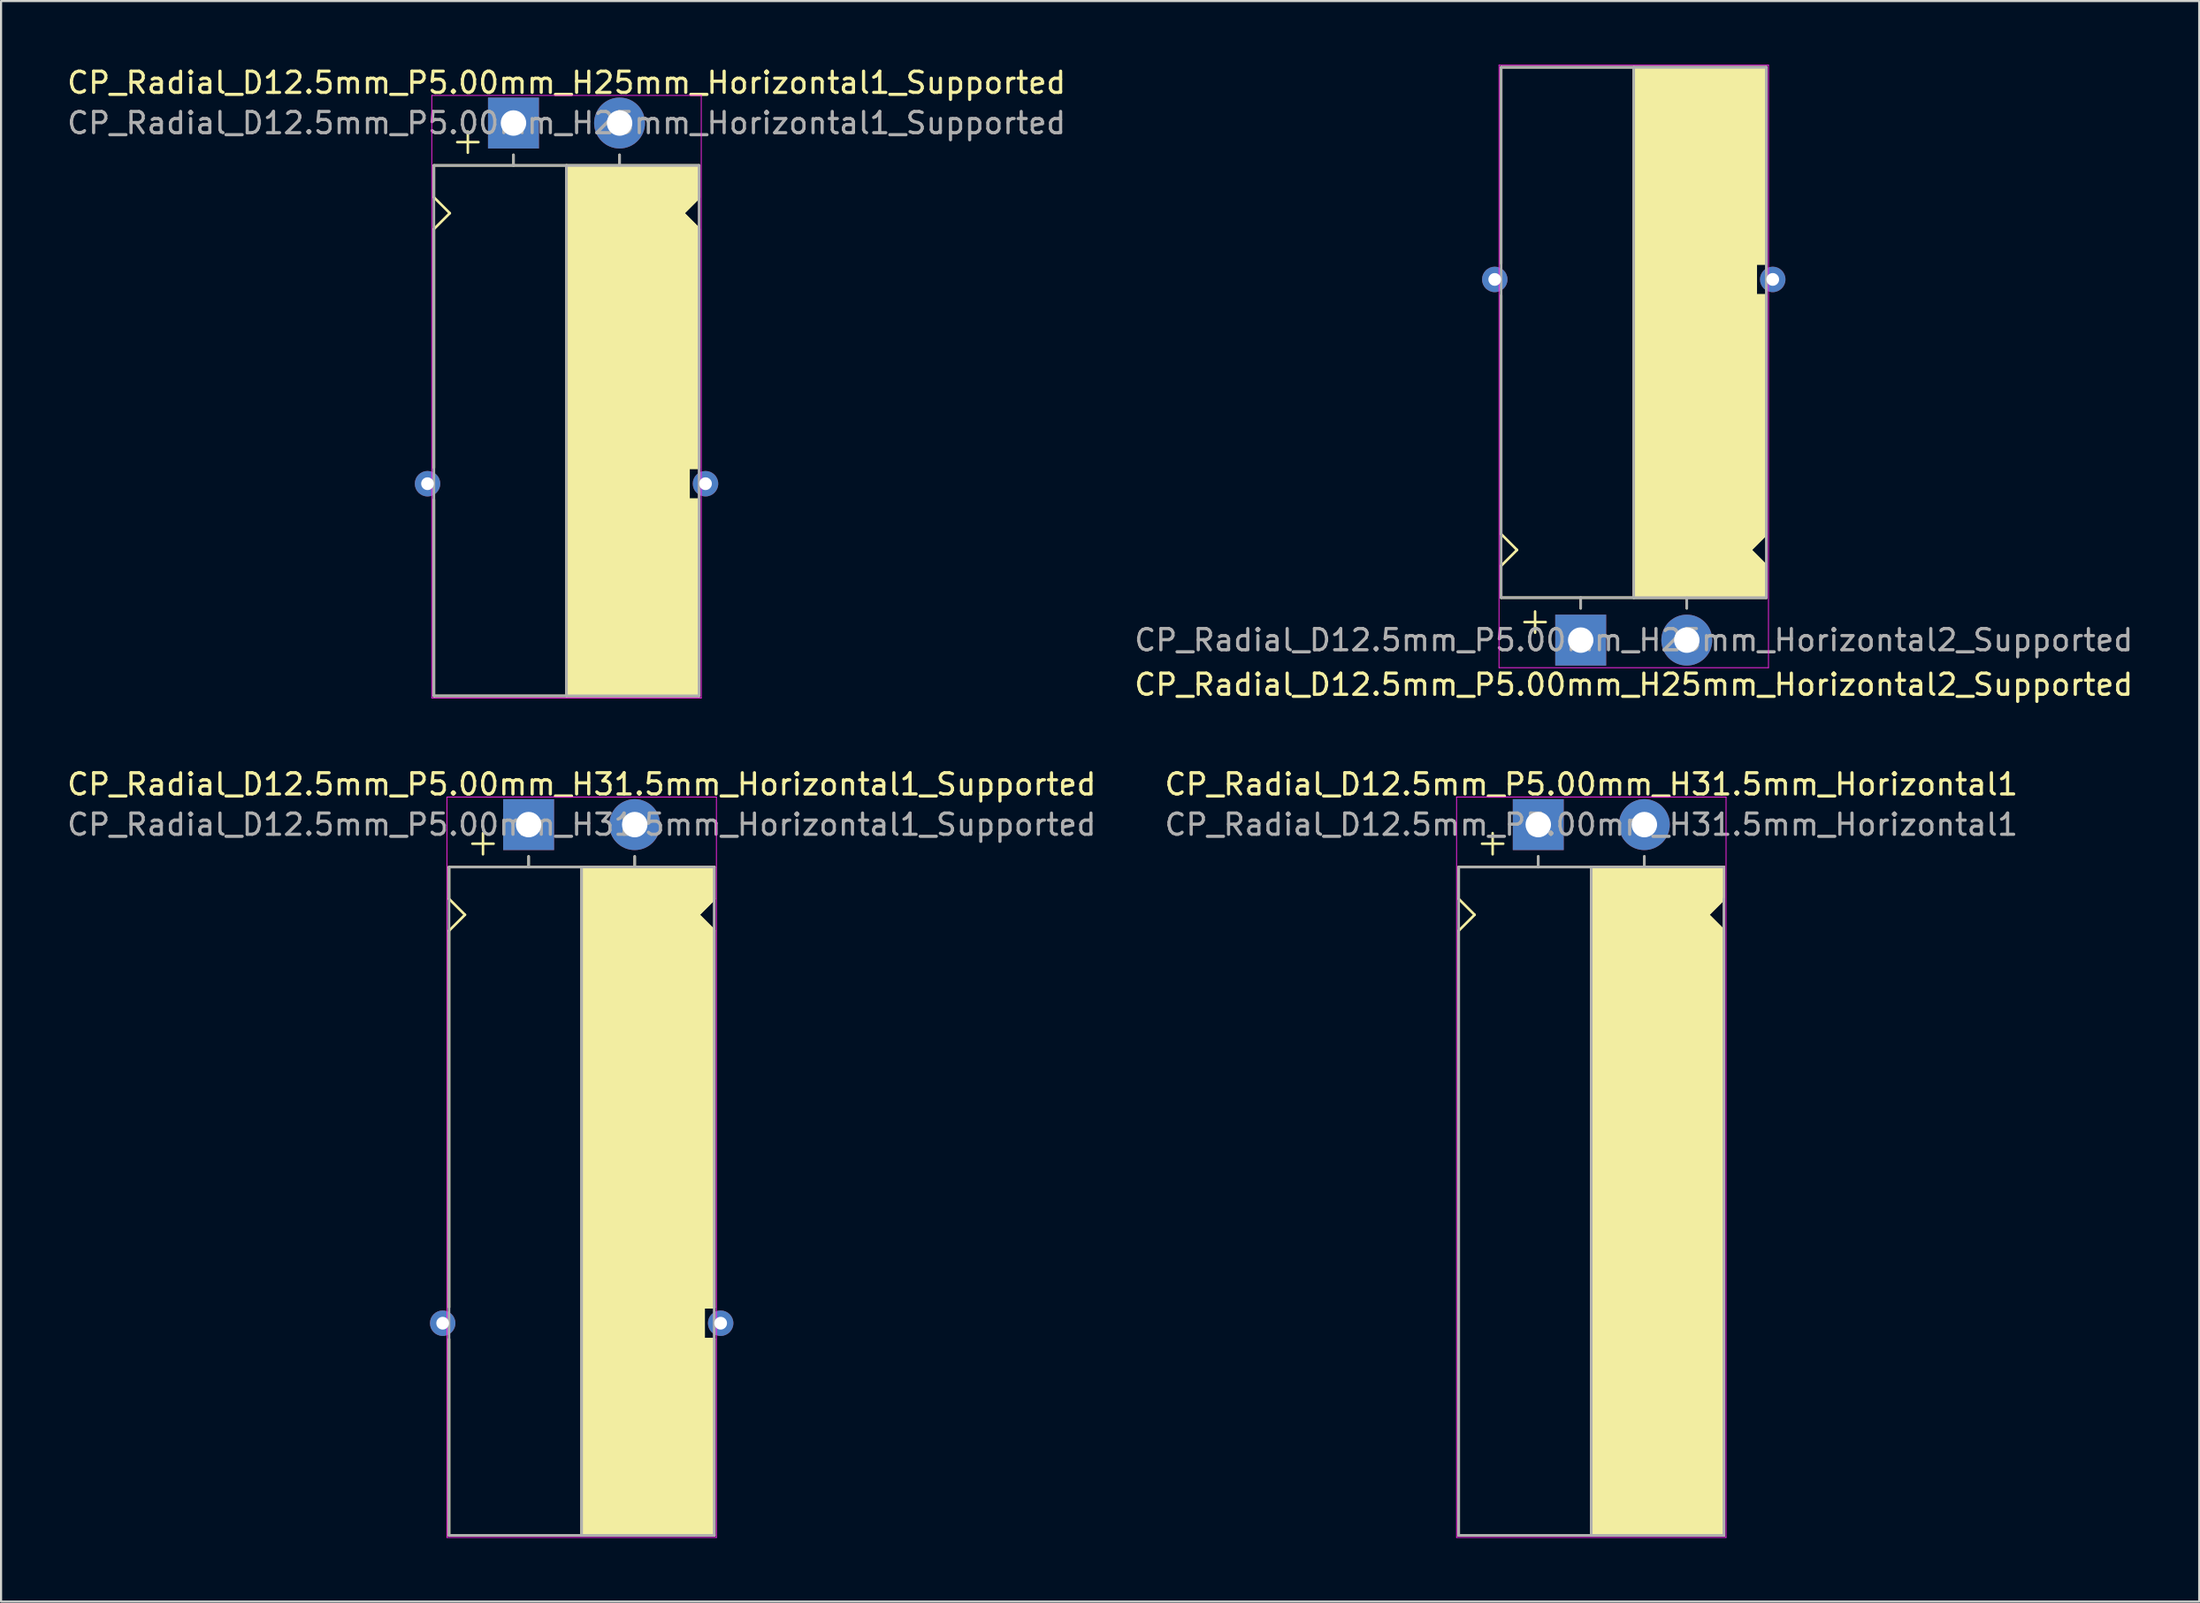
<source format=kicad_pcb>
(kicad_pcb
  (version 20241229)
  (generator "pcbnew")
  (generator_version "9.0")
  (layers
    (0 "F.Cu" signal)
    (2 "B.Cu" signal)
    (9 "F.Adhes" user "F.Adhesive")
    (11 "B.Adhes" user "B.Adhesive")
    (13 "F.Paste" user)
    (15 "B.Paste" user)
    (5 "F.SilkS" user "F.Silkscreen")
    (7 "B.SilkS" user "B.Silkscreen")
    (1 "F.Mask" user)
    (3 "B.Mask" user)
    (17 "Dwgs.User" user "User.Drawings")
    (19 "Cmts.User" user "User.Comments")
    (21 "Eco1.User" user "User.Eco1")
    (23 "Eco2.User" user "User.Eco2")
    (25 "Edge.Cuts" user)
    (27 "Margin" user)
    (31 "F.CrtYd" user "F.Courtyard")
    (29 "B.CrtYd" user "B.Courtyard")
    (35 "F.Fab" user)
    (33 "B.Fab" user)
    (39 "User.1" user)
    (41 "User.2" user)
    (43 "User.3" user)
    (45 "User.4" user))
  (footprint "CP_Radial_D12.5mm_P5.00mm_H25mm_Horizontal2_Supported"
    (layer "F.Cu")
    (at 71.446 27.12)
    (property "Reference" "CP_Radial_D12.5mm_P5.00mm_H25mm_Horizontal2_Supported" (at 2.5 2.1 180) (layer "F.SilkS") (effects (font (size 1 1) (thickness 0.15))))
    (attr through_hole)
    (fp_line (start -3.75 -27) (end -3.75 -17.75) (stroke (width 0.12) (type solid)) (layer "F.SilkS"))
    (fp_line (start -3.75 -5) (end -3.75 -16.25) (stroke (width 0.12) (type solid)) (layer "F.SilkS"))
    (fp_line (start -3.75 -3.5) (end -3 -4.25) (stroke (width 0.12) (type solid)) (layer "F.SilkS"))
    (fp_line (start -3.75 -2) (end -3.75 -3.5) (stroke (width 0.12) (type solid)) (layer "F.SilkS"))
    (fp_line (start -3 -4.25) (end -3.75 -5) (stroke (width 0.12) (type solid)) (layer "F.SilkS"))
    (fp_line (start -2.15 -1.35) (end -2.15 -0.35) (stroke (width 0.12) (type solid)) (layer "F.SilkS"))
    (fp_line (start -1.65 -0.85) (end -2.65 -0.85) (stroke (width 0.12) (type solid)) (layer "F.SilkS"))
    (fp_line (start 0 -1.5) (end 0 -2) (stroke (width 0.12) (type solid)) (layer "F.SilkS"))
    (fp_line (start 2.5 -2) (end -3.75 -2) (stroke (width 0.12) (type solid)) (layer "F.SilkS"))
    (fp_line (start 2.5 -2) (end 2.5 -27) (stroke (width 0.12) (type solid)) (layer "F.SilkS"))
    (fp_line (start 2.5 -2) (end 8.75 -2) (stroke (width 0.12) (type solid)) (layer "F.SilkS"))
    (fp_line (start 5 -1.5) (end 5 -2) (stroke (width 0.12) (type solid)) (layer "F.SilkS"))
    (fp_line (start 8 -4.25) (end 8.75 -5) (stroke (width 0.12) (type solid)) (layer "F.SilkS"))
    (fp_line (start 8.25 -17.75) (end 8.25 -16.25) (stroke (width 0.12) (type solid)) (layer "F.SilkS"))
    (fp_line (start 8.25 -16.25) (end 8.75 -16.25) (stroke (width 0.12) (type solid)) (layer "F.SilkS"))
    (fp_line (start 8.75 -27) (end -3.75 -27) (stroke (width 0.12) (type solid)) (layer "F.SilkS"))
    (fp_line (start 8.75 -27) (end 8.75 -17.75) (stroke (width 0.12) (type solid)) (layer "F.SilkS"))
    (fp_line (start 8.75 -17.75) (end 8.25 -17.75) (stroke (width 0.12) (type solid)) (layer "F.SilkS"))
    (fp_line (start 8.75 -5) (end 8.75 -16.25) (stroke (width 0.12) (type solid)) (layer "F.SilkS"))
    (fp_line (start 8.75 -3.5) (end 8 -4.25) (stroke (width 0.12) (type solid)) (layer "F.SilkS"))
    (fp_line (start 8.75 -2) (end 8.75 -3.5) (stroke (width 0.12) (type solid)) (layer "F.SilkS"))
    (fp_poly (pts (xy 8.75 -3.5) (xy 8 -4.25) (xy 8.75 -5) (xy 8.75 -16.25) (xy 8.25 -16.25) (xy 8.25 -17.75) (xy 8.75 -17.75) (xy 8.75 -27) (xy 2.5 -27) (xy 2.5 -2) (xy 8.75 -2)) (stroke (width 0.1) (type solid)) (fill yes) (layer "F.SilkS"))
    (fp_line (start -3.85 -27.1) (end -3.85 1.3) (stroke (width 0.04) (type solid)) (layer "F.CrtYd"))
    (fp_line (start 8.85 -27.1) (end -3.85 -27.1) (stroke (width 0.04) (type solid)) (layer "F.CrtYd"))
    (fp_line (start 8.85 1.3) (end -3.85 1.3) (stroke (width 0.04) (type solid)) (layer "F.CrtYd"))
    (fp_line (start 8.85 1.3) (end 8.85 -27.1) (stroke (width 0.04) (type solid)) (layer "F.CrtYd"))
    (fp_line (start -3.75 -27) (end 8.75 -27) (stroke (width 0.12) (type solid)) (layer "F.Fab"))
    (fp_line (start -3.75 -2) (end -3.75 -27) (stroke (width 0.12) (type solid)) (layer "F.Fab"))
    (fp_line (start 0 -2) (end -3.75 -2) (stroke (width 0.12) (type solid)) (layer "F.Fab"))
    (fp_line (start 0 -1.5) (end 0 -2) (stroke (width 0.12) (type solid)) (layer "F.Fab"))
    (fp_line (start 2.5 -2) (end 2.5 -27) (stroke (width 0.12) (type solid)) (layer "F.Fab"))
    (fp_line (start 5 -2) (end 5 -1.5) (stroke (width 0.12) (type solid)) (layer "F.Fab"))
    (fp_line (start 8.75 -27) (end 8.75 -2) (stroke (width 0.12) (type solid)) (layer "F.Fab"))
    (fp_line (start 8.75 -2) (end 0 -2) (stroke (width 0.12) (type solid)) (layer "F.Fab"))
    (fp_poly (pts (xy 8.75 -27) (xy 2.5 -27) (xy 2.5 -2) (xy 8.75 -2)) (stroke (width 0.1) (type solid)) (fill no) (layer "F.Fab"))
    (fp_text user "${REFERENCE}" (at 2.5 0 0) (layer "F.Fab") (effects (font (size 1 1) (thickness 0.15))))
    (pad "" thru_hole circle (at -4.05 -17 180) (size 1.2 1.2) (drill 0.6) (layers "*.Cu" "*.Mask"))
    (pad "" thru_hole circle (at 9.05 -17 180) (size 1.2 1.2) (drill 0.6) (layers "*.Cu" "*.Mask"))
    (pad "1" thru_hole rect (at 0 0) (size 2.4 2.4) (drill 1.2) (layers "*.Cu" "*.Mask"))
    (pad "2" thru_hole circle (at 5 0) (size 2.4 2.4) (drill 1.2) (layers "*.Cu" "*.Mask")))
  (footprint "CP_Radial_D12.5mm_P5.00mm_H25mm_Horizontal1_Supported"
    (layer "F.Cu")
    (at 21.149 2.748)
    (property "Reference" "CP_Radial_D12.5mm_P5.00mm_H25mm_Horizontal1_Supported" (at 2.5 -1.9 180) (layer "F.SilkS") (effects (font (size 1 1) (thickness 0.15))))
    (attr through_hole)
    (fp_line (start -3.75 2) (end -3.75 3.5) (stroke (width 0.12) (type solid)) (layer "F.SilkS"))
    (fp_line (start -3.75 3.5) (end -3 4.25) (stroke (width 0.12) (type solid)) (layer "F.SilkS"))
    (fp_line (start -3.75 5) (end -3.75 16.25) (stroke (width 0.12) (type solid)) (layer "F.SilkS"))
    (fp_line (start -3.75 27) (end -3.75 17.75) (stroke (width 0.12) (type solid)) (layer "F.SilkS"))
    (fp_line (start -3 4.25) (end -3.75 5) (stroke (width 0.12) (type solid)) (layer "F.SilkS"))
    (fp_line (start -2.15 0.4) (end -2.15 1.4) (stroke (width 0.12) (type solid)) (layer "F.SilkS"))
    (fp_line (start -1.65 0.9) (end -2.65 0.9) (stroke (width 0.12) (type solid)) (layer "F.SilkS"))
    (fp_line (start 0 1.5) (end 0 2) (stroke (width 0.12) (type solid)) (layer "F.SilkS"))
    (fp_line (start 2.5 2) (end -3.75 2) (stroke (width 0.12) (type solid)) (layer "F.SilkS"))
    (fp_line (start 2.5 2) (end 2.5 27) (stroke (width 0.12) (type solid)) (layer "F.SilkS"))
    (fp_line (start 2.5 2) (end 8.75 2) (stroke (width 0.12) (type solid)) (layer "F.SilkS"))
    (fp_line (start 5 1.5) (end 5 2) (stroke (width 0.12) (type solid)) (layer "F.SilkS"))
    (fp_line (start 8 4.25) (end 8.75 5) (stroke (width 0.12) (type solid)) (layer "F.SilkS"))
    (fp_line (start 8.25 16.25) (end 8.75 16.25) (stroke (width 0.12) (type solid)) (layer "F.SilkS"))
    (fp_line (start 8.25 17.75) (end 8.25 16.25) (stroke (width 0.12) (type solid)) (layer "F.SilkS"))
    (fp_line (start 8.75 2) (end 8.75 3.5) (stroke (width 0.12) (type solid)) (layer "F.SilkS"))
    (fp_line (start 8.75 3.5) (end 8 4.25) (stroke (width 0.12) (type solid)) (layer "F.SilkS"))
    (fp_line (start 8.75 5) (end 8.75 16.25) (stroke (width 0.12) (type solid)) (layer "F.SilkS"))
    (fp_line (start 8.75 17.75) (end 8.25 17.75) (stroke (width 0.12) (type solid)) (layer "F.SilkS"))
    (fp_line (start 8.75 27) (end -3.75 27) (stroke (width 0.12) (type solid)) (layer "F.SilkS"))
    (fp_line (start 8.75 27) (end 8.75 17.75) (stroke (width 0.12) (type solid)) (layer "F.SilkS"))
    (fp_poly (pts (xy 8.75 3.5) (xy 8 4.25) (xy 8.75 5) (xy 8.75 16.25) (xy 8.25 16.25) (xy 8.25 17.75) (xy 8.75 17.75) (xy 8.75 27) (xy 2.5 27) (xy 2.5 2) (xy 8.75 2)) (stroke (width 0.1) (type solid)) (fill yes) (layer "F.SilkS"))
    (fp_line (start -3.85 -1.3) (end 8.85 -1.3) (stroke (width 0.04) (type solid)) (layer "F.CrtYd"))
    (fp_line (start -3.85 27.1) (end -3.85 -1.3) (stroke (width 0.04) (type solid)) (layer "F.CrtYd"))
    (fp_line (start 8.85 -1.3) (end 8.85 27.1) (stroke (width 0.04) (type solid)) (layer "F.CrtYd"))
    (fp_line (start 8.85 27.1) (end -3.85 27.1) (stroke (width 0.04) (type solid)) (layer "F.CrtYd"))
    (fp_line (start -3.75 2) (end -3.75 27) (stroke (width 0.12) (type solid)) (layer "F.Fab"))
    (fp_line (start -3.75 27) (end 8.75 27) (stroke (width 0.12) (type solid)) (layer "F.Fab"))
    (fp_line (start 0 1.5) (end 0 2) (stroke (width 0.12) (type solid)) (layer "F.Fab"))
    (fp_line (start 0 2) (end -3.75 2) (stroke (width 0.12) (type solid)) (layer "F.Fab"))
    (fp_line (start 2.5 2) (end 2.5 27) (stroke (width 0.12) (type solid)) (layer "F.Fab"))
    (fp_line (start 5 2) (end 5 1.5) (stroke (width 0.12) (type solid)) (layer "F.Fab"))
    (fp_line (start 8.75 2) (end 0 2) (stroke (width 0.12) (type solid)) (layer "F.Fab"))
    (fp_line (start 8.75 27) (end 8.75 2) (stroke (width 0.12) (type solid)) (layer "F.Fab"))
    (fp_poly (pts (xy 8.75 27) (xy 2.5 27) (xy 2.5 2) (xy 8.75 2)) (stroke (width 0.1) (type solid)) (fill no) (layer "F.Fab"))
    (fp_text user "${REFERENCE}" (at 2.5 0 0) (layer "F.Fab") (effects (font (size 1 1) (thickness 0.15))))
    (pad "" thru_hole circle (at -4.05 17) (size 1.2 1.2) (drill 0.6) (layers "*.Cu" "*.Mask"))
    (pad "" thru_hole circle (at 9.05 17) (size 1.2 1.2) (drill 0.6) (layers "*.Cu" "*.Mask"))
    (pad "1" thru_hole rect (at 0 0) (size 2.4 2.4) (drill 1.2) (layers "*.Cu" "*.Mask"))
    (pad "2" thru_hole circle (at 5 0) (size 2.4 2.4) (drill 1.2) (layers "*.Cu" "*.Mask")))
  (footprint "CP_Radial_D12.5mm_P5.00mm_H31.5mm_Horizontal1_Supported"
    (layer "F.Cu")
    (at 21.863 35.816)
    (property "Reference" "CP_Radial_D12.5mm_P5.00mm_H31.5mm_Horizontal1_Supported" (at 2.5 -1.9 180) (layer "F.SilkS") (effects (font (size 1 1) (thickness 0.15))))
    (attr through_hole)
    (fp_line (start -3.75 2) (end -3.75 3.5) (stroke (width 0.12) (type solid)) (layer "F.SilkS"))
    (fp_line (start -3.75 3.5) (end -3 4.25) (stroke (width 0.12) (type solid)) (layer "F.SilkS"))
    (fp_line (start -3.75 5) (end -3.75 22.75) (stroke (width 0.12) (type solid)) (layer "F.SilkS"))
    (fp_line (start -3.75 33.5) (end -3.75 24.25) (stroke (width 0.12) (type solid)) (layer "F.SilkS"))
    (fp_line (start -3 4.25) (end -3.75 5) (stroke (width 0.12) (type solid)) (layer "F.SilkS"))
    (fp_line (start -2.15 0.4) (end -2.15 1.4) (stroke (width 0.12) (type solid)) (layer "F.SilkS"))
    (fp_line (start -1.65 0.9) (end -2.65 0.9) (stroke (width 0.12) (type solid)) (layer "F.SilkS"))
    (fp_line (start 0 1.5) (end 0 2) (stroke (width 0.12) (type solid)) (layer "F.SilkS"))
    (fp_line (start 2.5 2) (end -3.75 2) (stroke (width 0.12) (type solid)) (layer "F.SilkS"))
    (fp_line (start 2.5 2) (end 2.5 33.5) (stroke (width 0.12) (type solid)) (layer "F.SilkS"))
    (fp_line (start 2.5 2) (end 8.75 2) (stroke (width 0.12) (type solid)) (layer "F.SilkS"))
    (fp_line (start 5 1.5) (end 5 2) (stroke (width 0.12) (type solid)) (layer "F.SilkS"))
    (fp_line (start 8 4.25) (end 8.75 5) (stroke (width 0.12) (type solid)) (layer "F.SilkS"))
    (fp_line (start 8.25 22.75) (end 8.75 22.75) (stroke (width 0.12) (type solid)) (layer "F.SilkS"))
    (fp_line (start 8.25 24.25) (end 8.25 22.75) (stroke (width 0.12) (type solid)) (layer "F.SilkS"))
    (fp_line (start 8.75 2) (end 8.75 3.5) (stroke (width 0.12) (type solid)) (layer "F.SilkS"))
    (fp_line (start 8.75 3.5) (end 8 4.25) (stroke (width 0.12) (type solid)) (layer "F.SilkS"))
    (fp_line (start 8.75 5) (end 8.75 22.75) (stroke (width 0.12) (type solid)) (layer "F.SilkS"))
    (fp_line (start 8.75 24.25) (end 8.25 24.25) (stroke (width 0.12) (type solid)) (layer "F.SilkS"))
    (fp_line (start 8.75 33.5) (end -3.75 33.5) (stroke (width 0.12) (type solid)) (layer "F.SilkS"))
    (fp_line (start 8.75 33.5) (end 8.75 24.25) (stroke (width 0.12) (type solid)) (layer "F.SilkS"))
    (fp_poly (pts (xy 8.75 3.5) (xy 8 4.25) (xy 8.75 5) (xy 8.75 22.75) (xy 8.25 22.75) (xy 8.25 24.25) (xy 8.75 24.25) (xy 8.75 33.5) (xy 2.5 33.5) (xy 2.5 2) (xy 8.75 2)) (stroke (width 0.1) (type solid)) (fill yes) (layer "F.SilkS"))
    (fp_line (start -3.85 -1.3) (end 8.85 -1.3) (stroke (width 0.04) (type solid)) (layer "F.CrtYd"))
    (fp_line (start -3.85 33.6) (end -3.85 -1.3) (stroke (width 0.04) (type solid)) (layer "F.CrtYd"))
    (fp_line (start 8.85 -1.3) (end 8.85 33.6) (stroke (width 0.04) (type solid)) (layer "F.CrtYd"))
    (fp_line (start 8.85 33.6) (end -3.85 33.6) (stroke (width 0.04) (type solid)) (layer "F.CrtYd"))
    (fp_line (start -3.75 2) (end -3.75 33.5) (stroke (width 0.12) (type solid)) (layer "F.Fab"))
    (fp_line (start -3.75 33.5) (end 8.75 33.5) (stroke (width 0.12) (type solid)) (layer "F.Fab"))
    (fp_line (start 0 1.5) (end 0 2) (stroke (width 0.12) (type solid)) (layer "F.Fab"))
    (fp_line (start 0 2) (end -3.75 2) (stroke (width 0.12) (type solid)) (layer "F.Fab"))
    (fp_line (start 2.5 2) (end 2.5 33.5) (stroke (width 0.12) (type solid)) (layer "F.Fab"))
    (fp_line (start 5 2) (end 5 1.5) (stroke (width 0.12) (type solid)) (layer "F.Fab"))
    (fp_line (start 8.75 2) (end 0 2) (stroke (width 0.12) (type solid)) (layer "F.Fab"))
    (fp_line (start 8.75 33.5) (end 8.75 2) (stroke (width 0.12) (type solid)) (layer "F.Fab"))
    (fp_poly (pts (xy 8.75 33.5) (xy 2.5 33.5) (xy 2.5 2) (xy 8.75 2)) (stroke (width 0.1) (type solid)) (fill no) (layer "F.Fab"))
    (fp_text user "${REFERENCE}" (at 2.5 0 0) (layer "F.Fab") (effects (font (size 1 1) (thickness 0.15))))
    (pad "" thru_hole circle (at -4.05 23.5) (size 1.2 1.2) (drill 0.6) (layers "*.Cu" "*.Mask"))
    (pad "" thru_hole circle (at 9.05 23.5) (size 1.2 1.2) (drill 0.6) (layers "*.Cu" "*.Mask"))
    (pad "1" thru_hole rect (at 0 0) (size 2.4 2.4) (drill 1.2) (layers "*.Cu" "*.Mask"))
    (pad "2" thru_hole circle (at 5 0) (size 2.4 2.4) (drill 1.2) (layers "*.Cu" "*.Mask")))
  (footprint "CP_Radial_D12.5mm_P5.00mm_H31.5mm_Horizontal1"
    (layer "F.Cu")
    (at 69.446 35.816)
    (property "Reference" "CP_Radial_D12.5mm_P5.00mm_H31.5mm_Horizontal1" (at 2.5 -1.9 180) (layer "F.SilkS") (effects (font (size 1 1) (thickness 0.15))))
    (attr through_hole)
    (fp_line (start -3.75 2) (end -3.75 3.5) (stroke (width 0.12) (type solid)) (layer "F.SilkS"))
    (fp_line (start -3.75 3.5) (end -3 4.25) (stroke (width 0.12) (type solid)) (layer "F.SilkS"))
    (fp_line (start -3.75 5) (end -3.75 33.5) (stroke (width 0.12) (type solid)) (layer "F.SilkS"))
    (fp_line (start -3 4.25) (end -3.75 5) (stroke (width 0.12) (type solid)) (layer "F.SilkS"))
    (fp_line (start -2.15 0.4) (end -2.15 1.4) (stroke (width 0.12) (type solid)) (layer "F.SilkS"))
    (fp_line (start -1.65 0.9) (end -2.65 0.9) (stroke (width 0.12) (type solid)) (layer "F.SilkS"))
    (fp_line (start 0 1.5) (end 0 2) (stroke (width 0.12) (type solid)) (layer "F.SilkS"))
    (fp_line (start 2.5 2) (end -3.75 2) (stroke (width 0.12) (type solid)) (layer "F.SilkS"))
    (fp_line (start 2.5 2) (end 2.5 33.5) (stroke (width 0.12) (type solid)) (layer "F.SilkS"))
    (fp_line (start 2.5 2) (end 8.75 2) (stroke (width 0.12) (type solid)) (layer "F.SilkS"))
    (fp_line (start 5 1.5) (end 5 2) (stroke (width 0.12) (type solid)) (layer "F.SilkS"))
    (fp_line (start 8 4.25) (end 8.75 5) (stroke (width 0.12) (type solid)) (layer "F.SilkS"))
    (fp_line (start 8.75 2) (end 8.75 3.5) (stroke (width 0.12) (type solid)) (layer "F.SilkS"))
    (fp_line (start 8.75 3.5) (end 8 4.25) (stroke (width 0.12) (type solid)) (layer "F.SilkS"))
    (fp_line (start 8.75 5) (end 8.75 33.5) (stroke (width 0.12) (type solid)) (layer "F.SilkS"))
    (fp_line (start 8.75 33.5) (end -3.75 33.5) (stroke (width 0.12) (type solid)) (layer "F.SilkS"))
    (fp_poly (pts (xy 8.75 3.5) (xy 8 4.25) (xy 8.75 5) (xy 8.75 33.5) (xy 2.5 33.5) (xy 2.5 2) (xy 8.75 2)) (stroke (width 0.1) (type solid)) (fill yes) (layer "F.SilkS"))
    (fp_line (start -3.85 -1.3) (end 8.85 -1.3) (stroke (width 0.04) (type solid)) (layer "F.CrtYd"))
    (fp_line (start -3.85 33.6) (end -3.85 -1.3) (stroke (width 0.04) (type solid)) (layer "F.CrtYd"))
    (fp_line (start 8.85 -1.3) (end 8.85 33.6) (stroke (width 0.04) (type solid)) (layer "F.CrtYd"))
    (fp_line (start 8.85 33.6) (end -3.85 33.6) (stroke (width 0.04) (type solid)) (layer "F.CrtYd"))
    (fp_line (start -3.75 2) (end -3.75 33.5) (stroke (width 0.12) (type solid)) (layer "F.Fab"))
    (fp_line (start -3.75 33.5) (end 8.75 33.5) (stroke (width 0.12) (type solid)) (layer "F.Fab"))
    (fp_line (start 0 1.5) (end 0 2) (stroke (width 0.12) (type solid)) (layer "F.Fab"))
    (fp_line (start 0 2) (end -3.75 2) (stroke (width 0.12) (type solid)) (layer "F.Fab"))
    (fp_line (start 2.5 2) (end 2.5 33.5) (stroke (width 0.12) (type solid)) (layer "F.Fab"))
    (fp_line (start 5 2) (end 5 1.5) (stroke (width 0.12) (type solid)) (layer "F.Fab"))
    (fp_line (start 8.75 2) (end 0 2) (stroke (width 0.12) (type solid)) (layer "F.Fab"))
    (fp_line (start 8.75 33.5) (end 8.75 3.5) (stroke (width 0.12) (type solid)) (layer "F.Fab"))
    (fp_poly (pts (xy 8.75 33.5) (xy 2.5 33.5) (xy 2.5 2) (xy 8.75 2)) (stroke (width 0.1) (type solid)) (fill no) (layer "F.Fab"))
    (fp_text user "${REFERENCE}" (at 2.5 0 0) (layer "F.Fab") (effects (font (size 1 1) (thickness 0.15))))
    (pad "1" thru_hole rect (at 0 0) (size 2.4 2.4) (drill 1.2) (layers "*.Cu" "*.Mask"))
    (pad "2" thru_hole circle (at 5 0) (size 2.4 2.4) (drill 1.2) (layers "*.Cu" "*.Mask")))
  (gr_rect
    (start -3 -3)
    (end 100.595 72.436)
    (stroke (width 0.1) (type default))
    (fill no)
    (layer "Edge.Cuts")))
</source>
